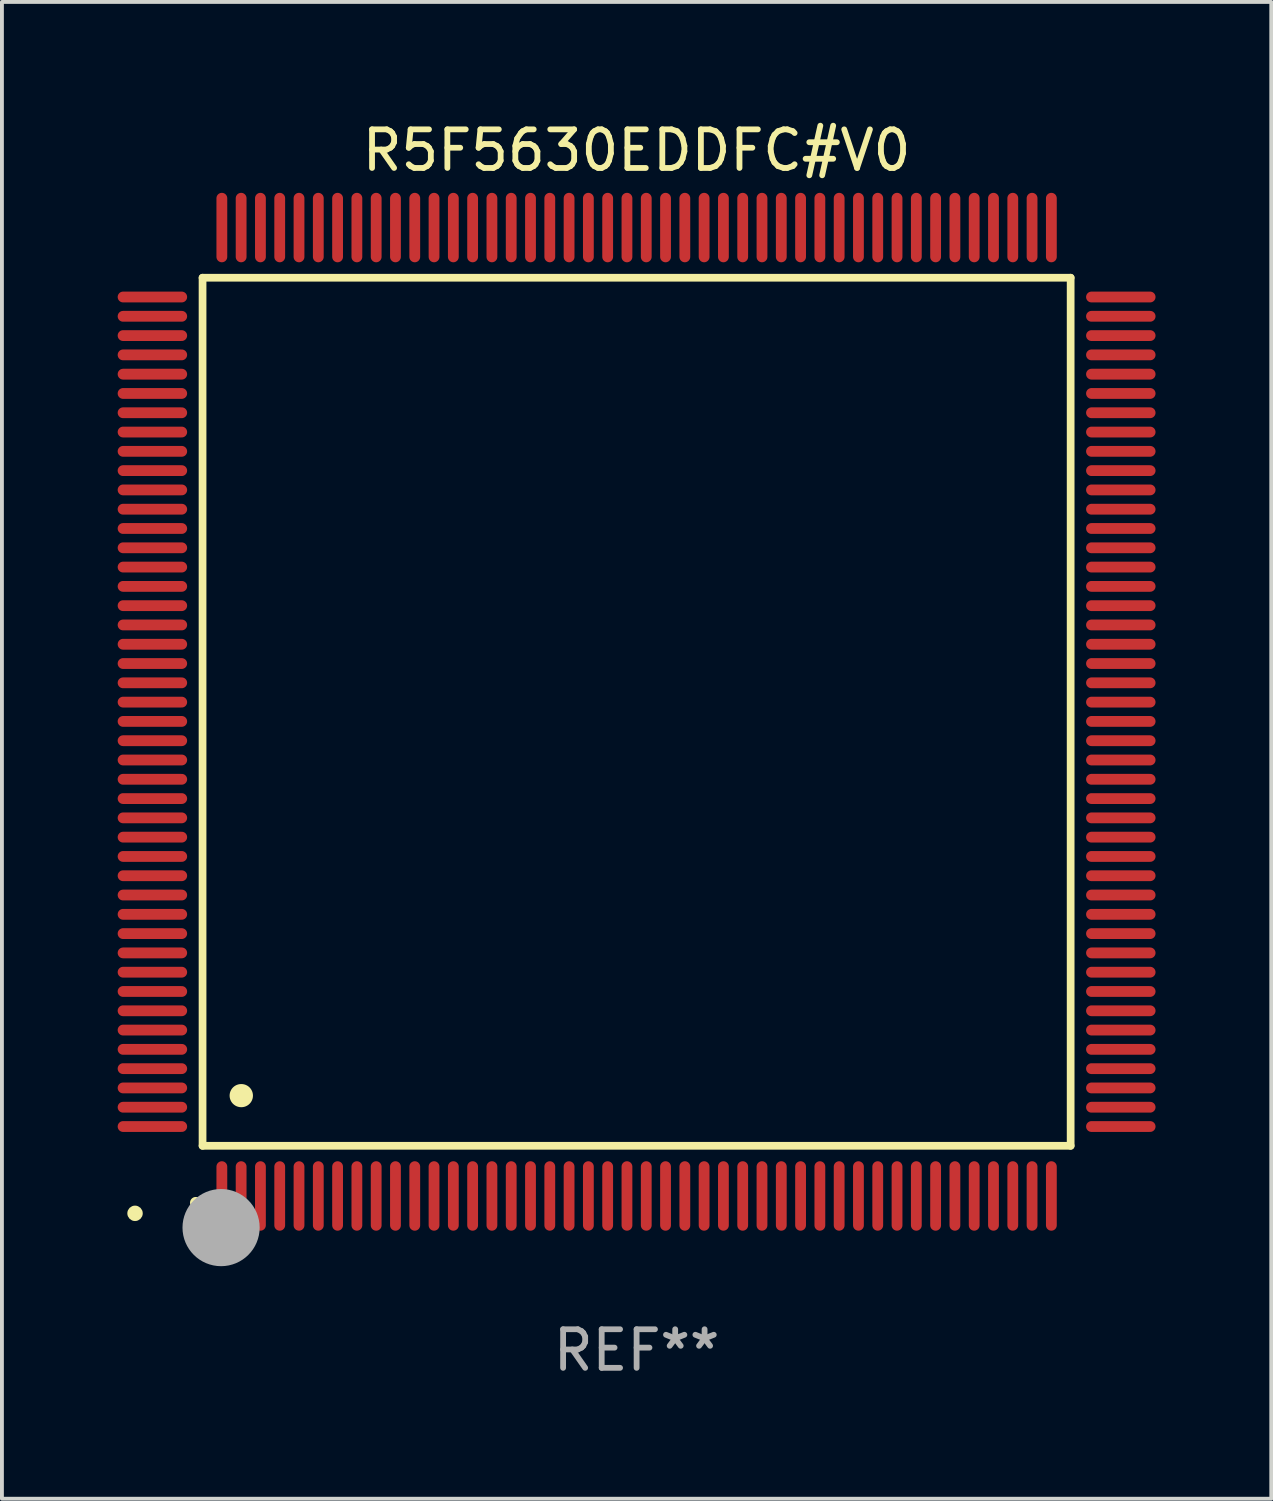
<source format=kicad_pcb>
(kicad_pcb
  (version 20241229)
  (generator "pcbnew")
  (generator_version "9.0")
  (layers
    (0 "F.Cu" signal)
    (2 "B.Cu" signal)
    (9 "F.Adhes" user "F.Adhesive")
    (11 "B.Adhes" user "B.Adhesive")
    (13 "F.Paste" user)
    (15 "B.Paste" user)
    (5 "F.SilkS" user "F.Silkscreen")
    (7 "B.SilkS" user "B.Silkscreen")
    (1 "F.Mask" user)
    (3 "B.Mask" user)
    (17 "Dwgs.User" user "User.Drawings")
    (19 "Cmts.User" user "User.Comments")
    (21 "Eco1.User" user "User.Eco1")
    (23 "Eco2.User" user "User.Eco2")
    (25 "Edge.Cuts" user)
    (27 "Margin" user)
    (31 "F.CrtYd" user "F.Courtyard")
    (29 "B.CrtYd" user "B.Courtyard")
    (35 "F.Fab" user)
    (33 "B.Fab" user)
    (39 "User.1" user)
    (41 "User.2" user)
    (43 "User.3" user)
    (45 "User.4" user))
  (footprint "R5F5630EDDFC#V0"
    (layer "F.Cu")
    (at 13.45 15.398)
    (property "Reference" "R5F5630EDDFC#V0" (at 0 -14.55 0) (layer "F.SilkS") (effects (font (size 1 1) (thickness 0.15))))
    (attr through_hole)
    (fp_line (start -11.25 -11.25) (end 11.25 -11.25) (stroke (width 0.2) (type solid)) (layer "F.SilkS"))
    (fp_line (start -11.25 11.25) (end -11.25 -11.25) (stroke (width 0.2) (type solid)) (layer "F.SilkS"))
    (fp_line (start 11.25 -11.25) (end 11.25 11.25) (stroke (width 0.2) (type solid)) (layer "F.SilkS"))
    (fp_line (start 11.25 11.25) (end -11.25 11.25) (stroke (width 0.2) (type solid)) (layer "F.SilkS"))
    (fp_arc (start -11.424943 12.725425) (mid -11.423673 12.72542) (end -11.422403 12.725425) (stroke (width 0.3) (type solid)) (layer "F.SilkS"))
    (fp_arc (start -10.24892 9.9492) (mid -10.24638 9.949189) (end -10.24384 9.9492) (stroke (width 0.6) (type solid)) (layer "F.SilkS"))
    (fp_circle (center -13 13) (end -12.9 13) (stroke (width 0.2) (type solid)) (fill no) (layer "F.SilkS"))
    (fp_circle (center -10.77 13.37) (end -10.27 13.37) (stroke (width 1) (type solid)) (fill no) (layer "F.Fab"))
    (fp_text user "REF**" (at 0 16.55 0) (layer "F.Fab") (effects (font (size 1 1) (thickness 0.15))))
    (pad "1" smd oval (at -10.75 12.55) (size 0.28 1.8) (layers "F.Cu" "F.Mask" "F.Paste"))
    (pad "2" smd oval (at -10.25 12.55) (size 0.28 1.8) (layers "F.Cu" "F.Mask" "F.Paste"))
    (pad "3" smd oval (at -9.75 12.55) (size 0.28 1.8) (layers "F.Cu" "F.Mask" "F.Paste"))
    (pad "4" smd oval (at -9.25 12.55) (size 0.28 1.8) (layers "F.Cu" "F.Mask" "F.Paste"))
    (pad "5" smd oval (at -8.75 12.55) (size 0.28 1.8) (layers "F.Cu" "F.Mask" "F.Paste"))
    (pad "6" smd oval (at -8.25 12.55) (size 0.28 1.8) (layers "F.Cu" "F.Mask" "F.Paste"))
    (pad "7" smd oval (at -7.75 12.55) (size 0.28 1.8) (layers "F.Cu" "F.Mask" "F.Paste"))
    (pad "8" smd oval (at -7.25 12.55) (size 0.28 1.8) (layers "F.Cu" "F.Mask" "F.Paste"))
    (pad "9" smd oval (at -6.75 12.55) (size 0.28 1.8) (layers "F.Cu" "F.Mask" "F.Paste"))
    (pad "10" smd oval (at -6.25 12.55) (size 0.28 1.8) (layers "F.Cu" "F.Mask" "F.Paste"))
    (pad "11" smd oval (at -5.75 12.55) (size 0.28 1.8) (layers "F.Cu" "F.Mask" "F.Paste"))
    (pad "12" smd oval (at -5.25 12.55) (size 0.28 1.8) (layers "F.Cu" "F.Mask" "F.Paste"))
    (pad "13" smd oval (at -4.75 12.55) (size 0.28 1.8) (layers "F.Cu" "F.Mask" "F.Paste"))
    (pad "14" smd oval (at -4.25 12.55) (size 0.28 1.8) (layers "F.Cu" "F.Mask" "F.Paste"))
    (pad "15" smd oval (at -3.75 12.55) (size 0.28 1.8) (layers "F.Cu" "F.Mask" "F.Paste"))
    (pad "16" smd oval (at -3.25 12.55) (size 0.28 1.8) (layers "F.Cu" "F.Mask" "F.Paste"))
    (pad "17" smd oval (at -2.75 12.55) (size 0.28 1.8) (layers "F.Cu" "F.Mask" "F.Paste"))
    (pad "18" smd oval (at -2.25 12.55) (size 0.28 1.8) (layers "F.Cu" "F.Mask" "F.Paste"))
    (pad "19" smd oval (at -1.75 12.55) (size 0.28 1.8) (layers "F.Cu" "F.Mask" "F.Paste"))
    (pad "20" smd oval (at -1.25 12.55) (size 0.28 1.8) (layers "F.Cu" "F.Mask" "F.Paste"))
    (pad "21" smd oval (at -0.75 12.55) (size 0.28 1.8) (layers "F.Cu" "F.Mask" "F.Paste"))
    (pad "22" smd oval (at -0.25 12.55) (size 0.28 1.8) (layers "F.Cu" "F.Mask" "F.Paste"))
    (pad "23" smd oval (at 0.25 12.55) (size 0.28 1.8) (layers "F.Cu" "F.Mask" "F.Paste"))
    (pad "24" smd oval (at 0.75 12.55) (size 0.28 1.8) (layers "F.Cu" "F.Mask" "F.Paste"))
    (pad "25" smd oval (at 1.25 12.55) (size 0.28 1.8) (layers "F.Cu" "F.Mask" "F.Paste"))
    (pad "26" smd oval (at 1.75 12.55) (size 0.28 1.8) (layers "F.Cu" "F.Mask" "F.Paste"))
    (pad "27" smd oval (at 2.25 12.55) (size 0.28 1.8) (layers "F.Cu" "F.Mask" "F.Paste"))
    (pad "28" smd oval (at 2.75 12.55) (size 0.28 1.8) (layers "F.Cu" "F.Mask" "F.Paste"))
    (pad "29" smd oval (at 3.25 12.55) (size 0.28 1.8) (layers "F.Cu" "F.Mask" "F.Paste"))
    (pad "30" smd oval (at 3.75 12.55) (size 0.28 1.8) (layers "F.Cu" "F.Mask" "F.Paste"))
    (pad "31" smd oval (at 4.25 12.55) (size 0.28 1.8) (layers "F.Cu" "F.Mask" "F.Paste"))
    (pad "32" smd oval (at 4.75 12.55) (size 0.28 1.8) (layers "F.Cu" "F.Mask" "F.Paste"))
    (pad "33" smd oval (at 5.25 12.55) (size 0.28 1.8) (layers "F.Cu" "F.Mask" "F.Paste"))
    (pad "34" smd oval (at 5.75 12.55) (size 0.28 1.8) (layers "F.Cu" "F.Mask" "F.Paste"))
    (pad "35" smd oval (at 6.25 12.55) (size 0.28 1.8) (layers "F.Cu" "F.Mask" "F.Paste"))
    (pad "36" smd oval (at 6.75 12.55) (size 0.28 1.8) (layers "F.Cu" "F.Mask" "F.Paste"))
    (pad "37" smd oval (at 7.25 12.55) (size 0.28 1.8) (layers "F.Cu" "F.Mask" "F.Paste"))
    (pad "38" smd oval (at 7.75 12.55) (size 0.28 1.8) (layers "F.Cu" "F.Mask" "F.Paste"))
    (pad "39" smd oval (at 8.25 12.55) (size 0.28 1.8) (layers "F.Cu" "F.Mask" "F.Paste"))
    (pad "40" smd oval (at 8.75 12.55) (size 0.28 1.8) (layers "F.Cu" "F.Mask" "F.Paste"))
    (pad "41" smd oval (at 9.25 12.55) (size 0.28 1.8) (layers "F.Cu" "F.Mask" "F.Paste"))
    (pad "42" smd oval (at 9.75 12.55) (size 0.28 1.8) (layers "F.Cu" "F.Mask" "F.Paste"))
    (pad "43" smd oval (at 10.25 12.55) (size 0.28 1.8) (layers "F.Cu" "F.Mask" "F.Paste"))
    (pad "44" smd oval (at 10.75 12.55) (size 0.28 1.8) (layers "F.Cu" "F.Mask" "F.Paste"))
    (pad "45" smd oval (at 12.55 10.75) (size 1.8 0.28) (layers "F.Cu" "F.Mask" "F.Paste"))
    (pad "46" smd oval (at 12.55 10.25) (size 1.8 0.28) (layers "F.Cu" "F.Mask" "F.Paste"))
    (pad "47" smd oval (at 12.55 9.75) (size 1.8 0.28) (layers "F.Cu" "F.Mask" "F.Paste"))
    (pad "48" smd oval (at 12.55 9.25) (size 1.8 0.28) (layers "F.Cu" "F.Mask" "F.Paste"))
    (pad "49" smd oval (at 12.55 8.75) (size 1.8 0.28) (layers "F.Cu" "F.Mask" "F.Paste"))
    (pad "50" smd oval (at 12.55 8.25) (size 1.8 0.28) (layers "F.Cu" "F.Mask" "F.Paste"))
    (pad "51" smd oval (at 12.55 7.75) (size 1.8 0.28) (layers "F.Cu" "F.Mask" "F.Paste"))
    (pad "52" smd oval (at 12.55 7.25) (size 1.8 0.28) (layers "F.Cu" "F.Mask" "F.Paste"))
    (pad "53" smd oval (at 12.55 6.75) (size 1.8 0.28) (layers "F.Cu" "F.Mask" "F.Paste"))
    (pad "54" smd oval (at 12.55 6.25) (size 1.8 0.28) (layers "F.Cu" "F.Mask" "F.Paste"))
    (pad "55" smd oval (at 12.55 5.75) (size 1.8 0.28) (layers "F.Cu" "F.Mask" "F.Paste"))
    (pad "56" smd oval (at 12.55 5.25) (size 1.8 0.28) (layers "F.Cu" "F.Mask" "F.Paste"))
    (pad "57" smd oval (at 12.55 4.75) (size 1.8 0.28) (layers "F.Cu" "F.Mask" "F.Paste"))
    (pad "58" smd oval (at 12.55 4.25) (size 1.8 0.28) (layers "F.Cu" "F.Mask" "F.Paste"))
    (pad "59" smd oval (at 12.55 3.75) (size 1.8 0.28) (layers "F.Cu" "F.Mask" "F.Paste"))
    (pad "60" smd oval (at 12.55 3.25) (size 1.8 0.28) (layers "F.Cu" "F.Mask" "F.Paste"))
    (pad "61" smd oval (at 12.55 2.75) (size 1.8 0.28) (layers "F.Cu" "F.Mask" "F.Paste"))
    (pad "62" smd oval (at 12.55 2.25) (size 1.8 0.28) (layers "F.Cu" "F.Mask" "F.Paste"))
    (pad "63" smd oval (at 12.55 1.75) (size 1.8 0.28) (layers "F.Cu" "F.Mask" "F.Paste"))
    (pad "64" smd oval (at 12.55 1.25) (size 1.8 0.28) (layers "F.Cu" "F.Mask" "F.Paste"))
    (pad "65" smd oval (at 12.55 0.75) (size 1.8 0.28) (layers "F.Cu" "F.Mask" "F.Paste"))
    (pad "66" smd oval (at 12.55 0.25) (size 1.8 0.28) (layers "F.Cu" "F.Mask" "F.Paste"))
    (pad "67" smd oval (at 12.55 -0.25) (size 1.8 0.28) (layers "F.Cu" "F.Mask" "F.Paste"))
    (pad "68" smd oval (at 12.55 -0.75) (size 1.8 0.28) (layers "F.Cu" "F.Mask" "F.Paste"))
    (pad "69" smd oval (at 12.55 -1.25) (size 1.8 0.28) (layers "F.Cu" "F.Mask" "F.Paste"))
    (pad "70" smd oval (at 12.55 -1.75) (size 1.8 0.28) (layers "F.Cu" "F.Mask" "F.Paste"))
    (pad "71" smd oval (at 12.55 -2.25) (size 1.8 0.28) (layers "F.Cu" "F.Mask" "F.Paste"))
    (pad "72" smd oval (at 12.55 -2.75) (size 1.8 0.28) (layers "F.Cu" "F.Mask" "F.Paste"))
    (pad "73" smd oval (at 12.55 -3.25) (size 1.8 0.28) (layers "F.Cu" "F.Mask" "F.Paste"))
    (pad "74" smd oval (at 12.55 -3.75) (size 1.8 0.28) (layers "F.Cu" "F.Mask" "F.Paste"))
    (pad "75" smd oval (at 12.55 -4.25) (size 1.8 0.28) (layers "F.Cu" "F.Mask" "F.Paste"))
    (pad "76" smd oval (at 12.55 -4.75) (size 1.8 0.28) (layers "F.Cu" "F.Mask" "F.Paste"))
    (pad "77" smd oval (at 12.55 -5.25) (size 1.8 0.28) (layers "F.Cu" "F.Mask" "F.Paste"))
    (pad "78" smd oval (at 12.55 -5.75) (size 1.8 0.28) (layers "F.Cu" "F.Mask" "F.Paste"))
    (pad "79" smd oval (at 12.55 -6.25) (size 1.8 0.28) (layers "F.Cu" "F.Mask" "F.Paste"))
    (pad "80" smd oval (at 12.55 -6.75) (size 1.8 0.28) (layers "F.Cu" "F.Mask" "F.Paste"))
    (pad "81" smd oval (at 12.55 -7.25) (size 1.8 0.28) (layers "F.Cu" "F.Mask" "F.Paste"))
    (pad "82" smd oval (at 12.55 -7.75) (size 1.8 0.28) (layers "F.Cu" "F.Mask" "F.Paste"))
    (pad "83" smd oval (at 12.55 -8.25) (size 1.8 0.28) (layers "F.Cu" "F.Mask" "F.Paste"))
    (pad "84" smd oval (at 12.55 -8.75) (size 1.8 0.28) (layers "F.Cu" "F.Mask" "F.Paste"))
    (pad "85" smd oval (at 12.55 -9.25) (size 1.8 0.28) (layers "F.Cu" "F.Mask" "F.Paste"))
    (pad "86" smd oval (at 12.55 -9.75) (size 1.8 0.28) (layers "F.Cu" "F.Mask" "F.Paste"))
    (pad "87" smd oval (at 12.55 -10.25) (size 1.8 0.28) (layers "F.Cu" "F.Mask" "F.Paste"))
    (pad "88" smd oval (at 12.55 -10.75) (size 1.8 0.28) (layers "F.Cu" "F.Mask" "F.Paste"))
    (pad "89" smd oval (at 10.75 -12.55) (size 0.28 1.8) (layers "F.Cu" "F.Mask" "F.Paste"))
    (pad "90" smd oval (at 10.25 -12.55) (size 0.28 1.8) (layers "F.Cu" "F.Mask" "F.Paste"))
    (pad "91" smd oval (at 9.75 -12.55) (size 0.28 1.8) (layers "F.Cu" "F.Mask" "F.Paste"))
    (pad "92" smd oval (at 9.25 -12.55) (size 0.28 1.8) (layers "F.Cu" "F.Mask" "F.Paste"))
    (pad "93" smd oval (at 8.75 -12.55) (size 0.28 1.8) (layers "F.Cu" "F.Mask" "F.Paste"))
    (pad "94" smd oval (at 8.25 -12.55) (size 0.28 1.8) (layers "F.Cu" "F.Mask" "F.Paste"))
    (pad "95" smd oval (at 7.75 -12.55) (size 0.28 1.8) (layers "F.Cu" "F.Mask" "F.Paste"))
    (pad "96" smd oval (at 7.25 -12.55) (size 0.28 1.8) (layers "F.Cu" "F.Mask" "F.Paste"))
    (pad "97" smd oval (at 6.75 -12.55) (size 0.28 1.8) (layers "F.Cu" "F.Mask" "F.Paste"))
    (pad "98" smd oval (at 6.25 -12.55) (size 0.28 1.8) (layers "F.Cu" "F.Mask" "F.Paste"))
    (pad "99" smd oval (at 5.75 -12.55) (size 0.28 1.8) (layers "F.Cu" "F.Mask" "F.Paste"))
    (pad "100" smd oval (at 5.25 -12.55) (size 0.28 1.8) (layers "F.Cu" "F.Mask" "F.Paste"))
    (pad "101" smd oval (at 4.75 -12.55) (size 0.28 1.8) (layers "F.Cu" "F.Mask" "F.Paste"))
    (pad "102" smd oval (at 4.25 -12.55) (size 0.28 1.8) (layers "F.Cu" "F.Mask" "F.Paste"))
    (pad "103" smd oval (at 3.75 -12.55) (size 0.28 1.8) (layers "F.Cu" "F.Mask" "F.Paste"))
    (pad "104" smd oval (at 3.25 -12.55) (size 0.28 1.8) (layers "F.Cu" "F.Mask" "F.Paste"))
    (pad "105" smd oval (at 2.75 -12.55) (size 0.28 1.8) (layers "F.Cu" "F.Mask" "F.Paste"))
    (pad "106" smd oval (at 2.25 -12.55) (size 0.28 1.8) (layers "F.Cu" "F.Mask" "F.Paste"))
    (pad "107" smd oval (at 1.75 -12.55) (size 0.28 1.8) (layers "F.Cu" "F.Mask" "F.Paste"))
    (pad "108" smd oval (at 1.25 -12.55) (size 0.28 1.8) (layers "F.Cu" "F.Mask" "F.Paste"))
    (pad "109" smd oval (at 0.75 -12.55) (size 0.28 1.8) (layers "F.Cu" "F.Mask" "F.Paste"))
    (pad "110" smd oval (at 0.25 -12.55) (size 0.28 1.8) (layers "F.Cu" "F.Mask" "F.Paste"))
    (pad "111" smd oval (at -0.25 -12.55) (size 0.28 1.8) (layers "F.Cu" "F.Mask" "F.Paste"))
    (pad "112" smd oval (at -0.75 -12.55) (size 0.28 1.8) (layers "F.Cu" "F.Mask" "F.Paste"))
    (pad "113" smd oval (at -1.25 -12.55) (size 0.28 1.8) (layers "F.Cu" "F.Mask" "F.Paste"))
    (pad "114" smd oval (at -1.75 -12.55) (size 0.28 1.8) (layers "F.Cu" "F.Mask" "F.Paste"))
    (pad "115" smd oval (at -2.25 -12.55) (size 0.28 1.8) (layers "F.Cu" "F.Mask" "F.Paste"))
    (pad "116" smd oval (at -2.75 -12.55) (size 0.28 1.8) (layers "F.Cu" "F.Mask" "F.Paste"))
    (pad "117" smd oval (at -3.25 -12.55) (size 0.28 1.8) (layers "F.Cu" "F.Mask" "F.Paste"))
    (pad "118" smd oval (at -3.75 -12.55) (size 0.28 1.8) (layers "F.Cu" "F.Mask" "F.Paste"))
    (pad "119" smd oval (at -4.25 -12.55) (size 0.28 1.8) (layers "F.Cu" "F.Mask" "F.Paste"))
    (pad "120" smd oval (at -4.75 -12.55) (size 0.28 1.8) (layers "F.Cu" "F.Mask" "F.Paste"))
    (pad "121" smd oval (at -5.25 -12.55) (size 0.28 1.8) (layers "F.Cu" "F.Mask" "F.Paste"))
    (pad "122" smd oval (at -5.75 -12.55) (size 0.28 1.8) (layers "F.Cu" "F.Mask" "F.Paste"))
    (pad "123" smd oval (at -6.25 -12.55) (size 0.28 1.8) (layers "F.Cu" "F.Mask" "F.Paste"))
    (pad "124" smd oval (at -6.75 -12.55) (size 0.28 1.8) (layers "F.Cu" "F.Mask" "F.Paste"))
    (pad "125" smd oval (at -7.25 -12.55) (size 0.28 1.8) (layers "F.Cu" "F.Mask" "F.Paste"))
    (pad "126" smd oval (at -7.75 -12.55) (size 0.28 1.8) (layers "F.Cu" "F.Mask" "F.Paste"))
    (pad "127" smd oval (at -8.25 -12.55) (size 0.28 1.8) (layers "F.Cu" "F.Mask" "F.Paste"))
    (pad "128" smd oval (at -8.75 -12.55) (size 0.28 1.8) (layers "F.Cu" "F.Mask" "F.Paste"))
    (pad "129" smd oval (at -9.25 -12.55) (size 0.28 1.8) (layers "F.Cu" "F.Mask" "F.Paste"))
    (pad "130" smd oval (at -9.75 -12.55) (size 0.28 1.8) (layers "F.Cu" "F.Mask" "F.Paste"))
    (pad "131" smd oval (at -10.25 -12.55) (size 0.28 1.8) (layers "F.Cu" "F.Mask" "F.Paste"))
    (pad "132" smd oval (at -10.75 -12.55) (size 0.28 1.8) (layers "F.Cu" "F.Mask" "F.Paste"))
    (pad "133" smd oval (at -12.55 -10.75) (size 1.8 0.28) (layers "F.Cu" "F.Mask" "F.Paste"))
    (pad "134" smd oval (at -12.55 -10.25) (size 1.8 0.28) (layers "F.Cu" "F.Mask" "F.Paste"))
    (pad "135" smd oval (at -12.55 -9.75) (size 1.8 0.28) (layers "F.Cu" "F.Mask" "F.Paste"))
    (pad "136" smd oval (at -12.55 -9.25) (size 1.8 0.28) (layers "F.Cu" "F.Mask" "F.Paste"))
    (pad "137" smd oval (at -12.55 -8.75) (size 1.8 0.28) (layers "F.Cu" "F.Mask" "F.Paste"))
    (pad "138" smd oval (at -12.55 -8.25) (size 1.8 0.28) (layers "F.Cu" "F.Mask" "F.Paste"))
    (pad "139" smd oval (at -12.55 -7.75) (size 1.8 0.28) (layers "F.Cu" "F.Mask" "F.Paste"))
    (pad "140" smd oval (at -12.55 -7.25) (size 1.8 0.28) (layers "F.Cu" "F.Mask" "F.Paste"))
    (pad "141" smd oval (at -12.55 -6.75) (size 1.8 0.28) (layers "F.Cu" "F.Mask" "F.Paste"))
    (pad "142" smd oval (at -12.55 -6.25) (size 1.8 0.28) (layers "F.Cu" "F.Mask" "F.Paste"))
    (pad "143" smd oval (at -12.55 -5.75) (size 1.8 0.28) (layers "F.Cu" "F.Mask" "F.Paste"))
    (pad "144" smd oval (at -12.55 -5.25) (size 1.8 0.28) (layers "F.Cu" "F.Mask" "F.Paste"))
    (pad "145" smd oval (at -12.55 -4.75) (size 1.8 0.28) (layers "F.Cu" "F.Mask" "F.Paste"))
    (pad "146" smd oval (at -12.55 -4.25) (size 1.8 0.28) (layers "F.Cu" "F.Mask" "F.Paste"))
    (pad "147" smd oval (at -12.55 -3.75) (size 1.8 0.28) (layers "F.Cu" "F.Mask" "F.Paste"))
    (pad "148" smd oval (at -12.55 -3.25) (size 1.8 0.28) (layers "F.Cu" "F.Mask" "F.Paste"))
    (pad "149" smd oval (at -12.55 -2.75) (size 1.8 0.28) (layers "F.Cu" "F.Mask" "F.Paste"))
    (pad "150" smd oval (at -12.55 -2.25) (size 1.8 0.28) (layers "F.Cu" "F.Mask" "F.Paste"))
    (pad "151" smd oval (at -12.55 -1.75) (size 1.8 0.28) (layers "F.Cu" "F.Mask" "F.Paste"))
    (pad "152" smd oval (at -12.55 -1.25) (size 1.8 0.28) (layers "F.Cu" "F.Mask" "F.Paste"))
    (pad "153" smd oval (at -12.55 -0.75) (size 1.8 0.28) (layers "F.Cu" "F.Mask" "F.Paste"))
    (pad "154" smd oval (at -12.55 -0.25) (size 1.8 0.28) (layers "F.Cu" "F.Mask" "F.Paste"))
    (pad "155" smd oval (at -12.55 0.25) (size 1.8 0.28) (layers "F.Cu" "F.Mask" "F.Paste"))
    (pad "156" smd oval (at -12.55 0.75) (size 1.8 0.28) (layers "F.Cu" "F.Mask" "F.Paste"))
    (pad "157" smd oval (at -12.55 1.25) (size 1.8 0.28) (layers "F.Cu" "F.Mask" "F.Paste"))
    (pad "158" smd oval (at -12.55 1.75) (size 1.8 0.28) (layers "F.Cu" "F.Mask" "F.Paste"))
    (pad "159" smd oval (at -12.55 2.25) (size 1.8 0.28) (layers "F.Cu" "F.Mask" "F.Paste"))
    (pad "160" smd oval (at -12.55 2.75) (size 1.8 0.28) (layers "F.Cu" "F.Mask" "F.Paste"))
    (pad "161" smd oval (at -12.55 3.25) (size 1.8 0.28) (layers "F.Cu" "F.Mask" "F.Paste"))
    (pad "162" smd oval (at -12.55 3.75) (size 1.8 0.28) (layers "F.Cu" "F.Mask" "F.Paste"))
    (pad "163" smd oval (at -12.55 4.25) (size 1.8 0.28) (layers "F.Cu" "F.Mask" "F.Paste"))
    (pad "164" smd oval (at -12.55 4.75) (size 1.8 0.28) (layers "F.Cu" "F.Mask" "F.Paste"))
    (pad "165" smd oval (at -12.55 5.25) (size 1.8 0.28) (layers "F.Cu" "F.Mask" "F.Paste"))
    (pad "166" smd oval (at -12.55 5.75) (size 1.8 0.28) (layers "F.Cu" "F.Mask" "F.Paste"))
    (pad "167" smd oval (at -12.55 6.25) (size 1.8 0.28) (layers "F.Cu" "F.Mask" "F.Paste"))
    (pad "168" smd oval (at -12.55 6.75) (size 1.8 0.28) (layers "F.Cu" "F.Mask" "F.Paste"))
    (pad "169" smd oval (at -12.55 7.25) (size 1.8 0.28) (layers "F.Cu" "F.Mask" "F.Paste"))
    (pad "170" smd oval (at -12.55 7.75) (size 1.8 0.28) (layers "F.Cu" "F.Mask" "F.Paste"))
    (pad "171" smd oval (at -12.55 8.25) (size 1.8 0.28) (layers "F.Cu" "F.Mask" "F.Paste"))
    (pad "172" smd oval (at -12.55 8.75) (size 1.8 0.28) (layers "F.Cu" "F.Mask" "F.Paste"))
    (pad "173" smd oval (at -12.55 9.25) (size 1.8 0.28) (layers "F.Cu" "F.Mask" "F.Paste"))
    (pad "174" smd oval (at -12.55 9.75) (size 1.8 0.28) (layers "F.Cu" "F.Mask" "F.Paste"))
    (pad "175" smd oval (at -12.55 10.25) (size 1.8 0.28) (layers "F.Cu" "F.Mask" "F.Paste"))
    (pad "176" smd oval (at -12.55 10.75) (size 1.8 0.28) (layers "F.Cu" "F.Mask" "F.Paste")))
  (gr_rect
    (start -3 -3)
    (end 29.9 35.796)
    (stroke (width 0.1) (type default))
    (fill no)
    (layer "Edge.Cuts")))
</source>
